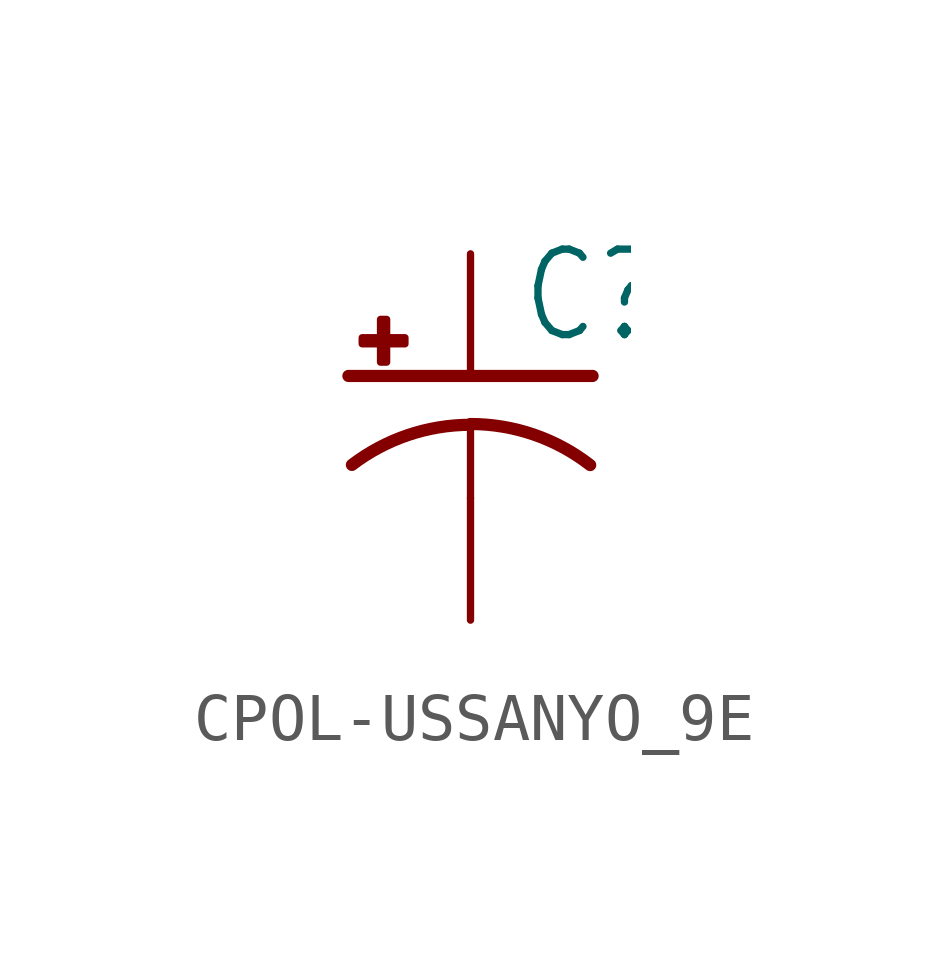
<source format=kicad_sym>
(kicad_symbol_lib
  (version 20231120)
  (generator "kicad_symbol_editor")
  (generator_version "8.0")
  (symbol "CPOL-USSANYO_9E"
    (property "Reference" "C"
      (at 1.016 0.635 0)
      (effects (font (size 1.778 1.511)) (justify left bottom)))
    (property "Value" ""
      (at 1.016 -4.191 0)
      (effects (font (size 1.778 1.511)) (justify left bottom)))
    (property "ki_locked" ""
      (at 0 0 0)
      (effects (font (size 1.27 1.27))))
    (symbol "CPOL-USSANYO_9E_1_0"
      (rectangle (start -2.253 0.668) (end -1.364 0.795) (stroke (width 0) (type default)) (fill (type outline)))
      (rectangle (start -1.872 0.287) (end -1.745 1.176) (stroke (width 0) (type default)) (fill (type outline)))
      (arc (start 0 -1.0161) (mid -1.3021 -1.2303) (end -2.4669 -1.8504) (stroke (width 0.254) (type solid)) (fill (type none)))
      (polyline (pts (xy -2.54 0) (xy 2.54 0)) (stroke (width 0.254) (type solid)) (fill (type none)))
      (polyline (pts (xy 0 -1.016) (xy 0 -2.54)) (stroke (width 0.152) (type solid)) (fill (type none)))
      (arc (start 2.4892 -1.8541) (mid 1.3158 -1.2194) (end 0 -1) (stroke (width 0.254) (type solid)) (fill (type none)))
      (pin passive line (at 0 2.54 270) (length 2.54) (name "+" (effects (font (size 0 0)))) (number "+" (effects (font (size 0 0)))))
      (pin passive line (at 0 -5.08 90) (length 2.54) (name "-" (effects (font (size 0 0)))) (number "-" (effects (font (size 0 0))))))))
</source>
